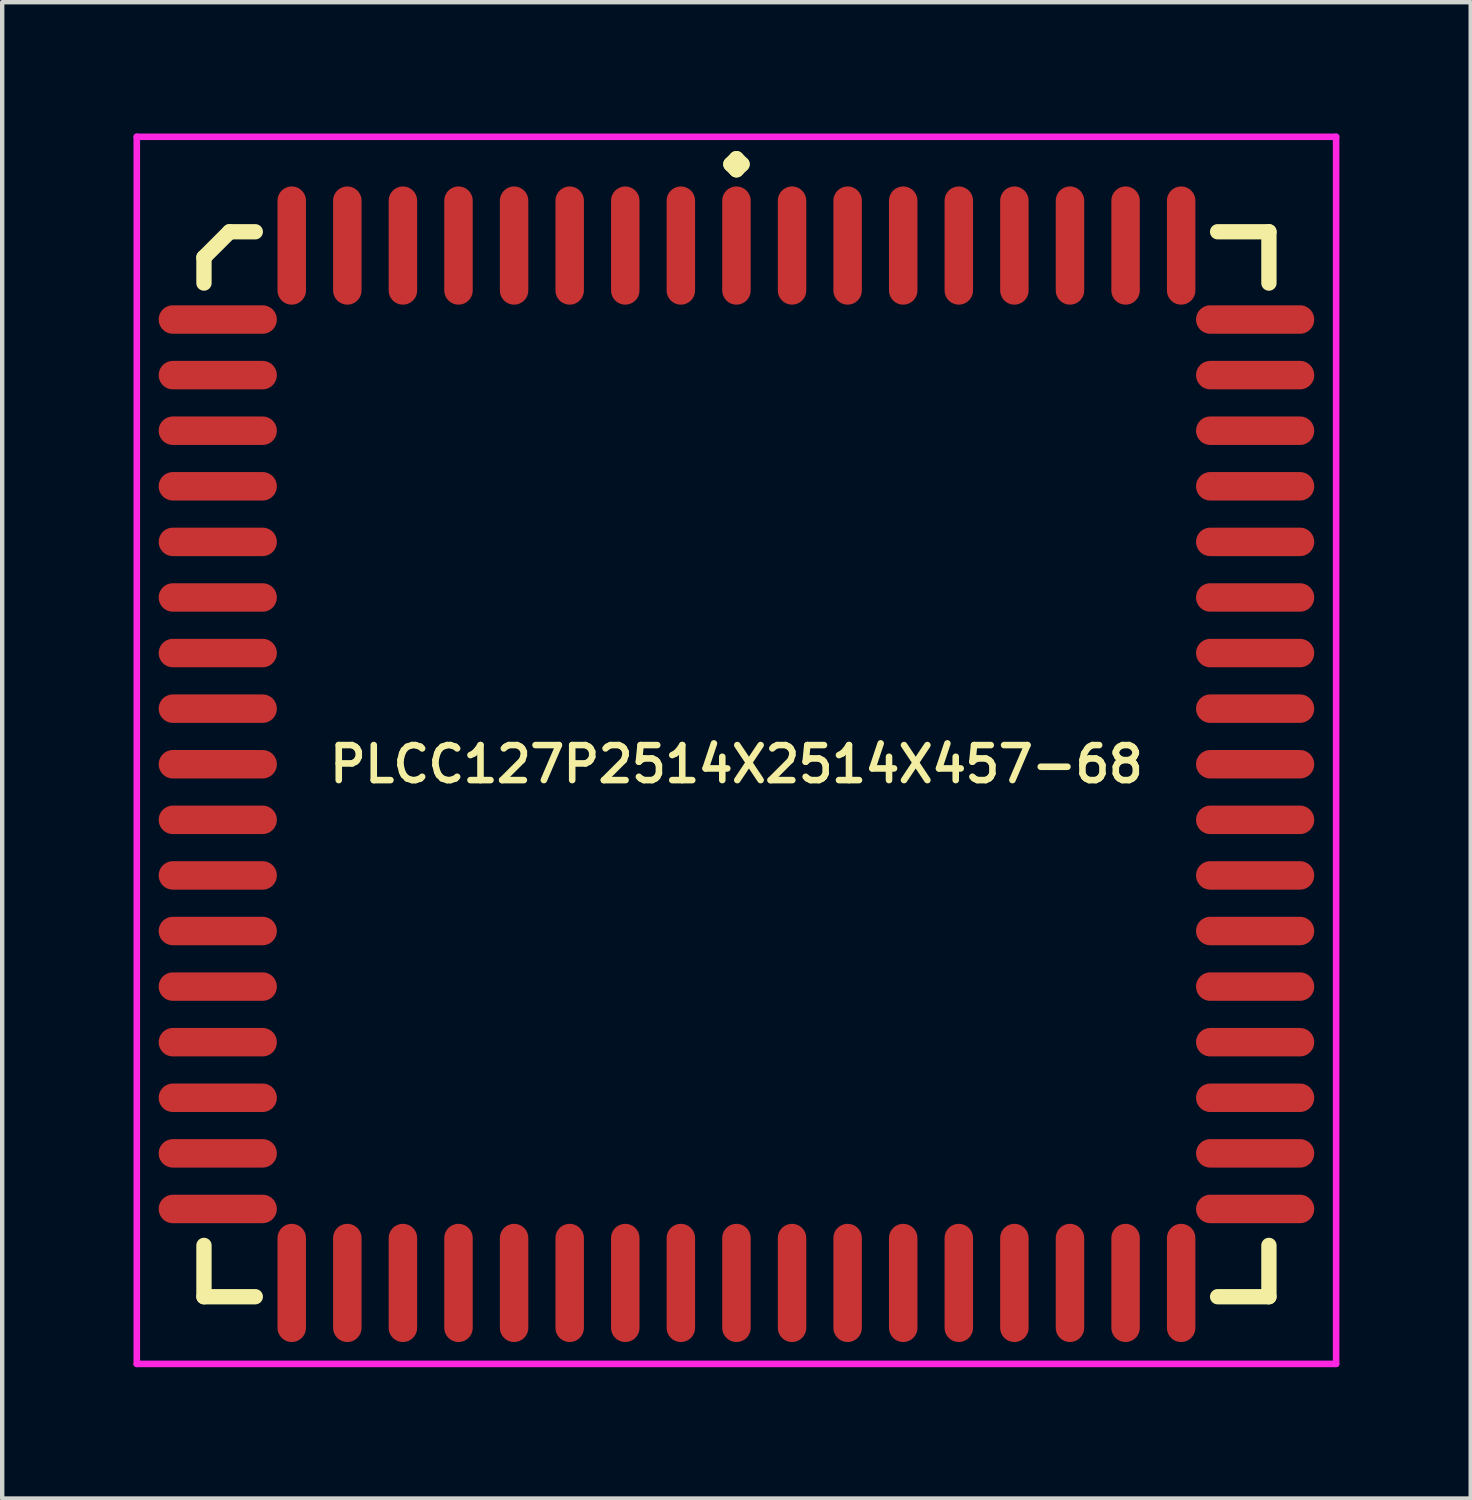
<source format=kicad_pcb>
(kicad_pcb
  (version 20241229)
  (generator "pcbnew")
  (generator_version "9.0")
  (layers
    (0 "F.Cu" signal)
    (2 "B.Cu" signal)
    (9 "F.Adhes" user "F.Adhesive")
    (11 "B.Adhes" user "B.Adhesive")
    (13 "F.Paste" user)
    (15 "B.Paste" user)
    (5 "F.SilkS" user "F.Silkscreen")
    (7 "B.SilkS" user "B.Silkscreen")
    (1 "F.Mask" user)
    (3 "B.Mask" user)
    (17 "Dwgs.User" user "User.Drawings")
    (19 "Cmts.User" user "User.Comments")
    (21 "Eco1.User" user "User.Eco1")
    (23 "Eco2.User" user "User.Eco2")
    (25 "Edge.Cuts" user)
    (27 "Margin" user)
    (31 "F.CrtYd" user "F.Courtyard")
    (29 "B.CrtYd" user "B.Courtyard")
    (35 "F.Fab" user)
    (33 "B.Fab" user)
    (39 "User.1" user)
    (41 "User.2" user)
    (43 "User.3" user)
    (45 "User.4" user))
  (footprint "PLCC127P2514X2514X457-68"
    (layer "F.Cu")
    (at 13.775 14.41)
    (property "Reference" "PLCC127P2514X2514X457-68" (at 0 0 0) (layer "F.SilkS") (effects (font (size 0.8 0.8) (thickness 0.15))))
    (attr smd)
    (fp_line (start -12.165 -11.579) (end -11.579 -12.165) (stroke (width 0.35) (type solid)) (layer "F.SilkS"))
    (fp_line (start -12.165 -10.993) (end -12.165 -11.579) (stroke (width 0.35) (type solid)) (layer "F.SilkS"))
    (fp_line (start -12.165 10.993) (end -12.165 12.165) (stroke (width 0.35) (type solid)) (layer "F.SilkS"))
    (fp_line (start -12.165 12.165) (end -10.993 12.165) (stroke (width 0.35) (type solid)) (layer "F.SilkS"))
    (fp_line (start -11.579 -12.165) (end -10.993 -12.165) (stroke (width 0.35) (type solid)) (layer "F.SilkS"))
    (fp_line (start -0.127 -13.708) (end 0 -13.835) (stroke (width 0.35) (type solid)) (layer "F.SilkS"))
    (fp_line (start 0 -13.835) (end 0.127 -13.708) (stroke (width 0.35) (type solid)) (layer "F.SilkS"))
    (fp_line (start 0 -13.581) (end -0.127 -13.708) (stroke (width 0.35) (type solid)) (layer "F.SilkS"))
    (fp_line (start 0.127 -13.708) (end 0 -13.581) (stroke (width 0.35) (type solid)) (layer "F.SilkS"))
    (fp_line (start 12.165 -12.165) (end 10.993 -12.165) (stroke (width 0.35) (type solid)) (layer "F.SilkS"))
    (fp_line (start 12.165 -10.993) (end 12.165 -12.165) (stroke (width 0.35) (type solid)) (layer "F.SilkS"))
    (fp_line (start 12.165 10.993) (end 12.165 12.165) (stroke (width 0.35) (type solid)) (layer "F.SilkS"))
    (fp_line (start 12.165 12.165) (end 10.993 12.165) (stroke (width 0.35) (type solid)) (layer "F.SilkS"))
    (fp_line (start -13.7 -14.335) (end 13.7 -14.335) (stroke (width 0.15) (type solid)) (layer "F.CrtYd"))
    (fp_line (start -13.7 13.7) (end -13.7 -14.335) (stroke (width 0.15) (type solid)) (layer "F.CrtYd"))
    (fp_line (start 13.7 -14.335) (end 13.7 13.7) (stroke (width 0.15) (type solid)) (layer "F.CrtYd"))
    (fp_line (start 13.7 13.7) (end -13.7 13.7) (stroke (width 0.15) (type solid)) (layer "F.CrtYd"))
    (pad "1" smd oval (at 0 -11.85) (size 0.65 2.7) (layers "F.Cu" "F.Mask" "F.Paste"))
    (pad "2" smd oval (at -1.27 -11.85) (size 0.65 2.7) (layers "F.Cu" "F.Mask" "F.Paste"))
    (pad "3" smd oval (at -2.54 -11.85) (size 0.65 2.7) (layers "F.Cu" "F.Mask" "F.Paste"))
    (pad "4" smd oval (at -3.81 -11.85) (size 0.65 2.7) (layers "F.Cu" "F.Mask" "F.Paste"))
    (pad "5" smd oval (at -5.08 -11.85) (size 0.65 2.7) (layers "F.Cu" "F.Mask" "F.Paste"))
    (pad "6" smd oval (at -6.35 -11.85) (size 0.65 2.7) (layers "F.Cu" "F.Mask" "F.Paste"))
    (pad "7" smd oval (at -7.62 -11.85) (size 0.65 2.7) (layers "F.Cu" "F.Mask" "F.Paste"))
    (pad "8" smd oval (at -8.89 -11.85) (size 0.65 2.7) (layers "F.Cu" "F.Mask" "F.Paste"))
    (pad "9" smd oval (at -10.16 -11.85) (size 0.65 2.7) (layers "F.Cu" "F.Mask" "F.Paste"))
    (pad "10" smd oval (at -11.85 -10.16) (size 2.7 0.65) (layers "F.Cu" "F.Mask" "F.Paste"))
    (pad "11" smd oval (at -11.85 -8.89) (size 2.7 0.65) (layers "F.Cu" "F.Mask" "F.Paste"))
    (pad "12" smd oval (at -11.85 -7.62) (size 2.7 0.65) (layers "F.Cu" "F.Mask" "F.Paste"))
    (pad "13" smd oval (at -11.85 -6.35) (size 2.7 0.65) (layers "F.Cu" "F.Mask" "F.Paste"))
    (pad "14" smd oval (at -11.85 -5.08) (size 2.7 0.65) (layers "F.Cu" "F.Mask" "F.Paste"))
    (pad "15" smd oval (at -11.85 -3.81) (size 2.7 0.65) (layers "F.Cu" "F.Mask" "F.Paste"))
    (pad "16" smd oval (at -11.85 -2.54) (size 2.7 0.65) (layers "F.Cu" "F.Mask" "F.Paste"))
    (pad "17" smd oval (at -11.85 -1.27) (size 2.7 0.65) (layers "F.Cu" "F.Mask" "F.Paste"))
    (pad "18" smd oval (at -11.85 0) (size 2.7 0.65) (layers "F.Cu" "F.Mask" "F.Paste"))
    (pad "19" smd oval (at -11.85 1.27) (size 2.7 0.65) (layers "F.Cu" "F.Mask" "F.Paste"))
    (pad "20" smd oval (at -11.85 2.54) (size 2.7 0.65) (layers "F.Cu" "F.Mask" "F.Paste"))
    (pad "21" smd oval (at -11.85 3.81) (size 2.7 0.65) (layers "F.Cu" "F.Mask" "F.Paste"))
    (pad "22" smd oval (at -11.85 5.08) (size 2.7 0.65) (layers "F.Cu" "F.Mask" "F.Paste"))
    (pad "23" smd oval (at -11.85 6.35) (size 2.7 0.65) (layers "F.Cu" "F.Mask" "F.Paste"))
    (pad "24" smd oval (at -11.85 7.62) (size 2.7 0.65) (layers "F.Cu" "F.Mask" "F.Paste"))
    (pad "25" smd oval (at -11.85 8.89) (size 2.7 0.65) (layers "F.Cu" "F.Mask" "F.Paste"))
    (pad "26" smd oval (at -11.85 10.16) (size 2.7 0.65) (layers "F.Cu" "F.Mask" "F.Paste"))
    (pad "27" smd oval (at -10.16 11.85) (size 0.65 2.7) (layers "F.Cu" "F.Mask" "F.Paste"))
    (pad "28" smd oval (at -8.89 11.85) (size 0.65 2.7) (layers "F.Cu" "F.Mask" "F.Paste"))
    (pad "29" smd oval (at -7.62 11.85) (size 0.65 2.7) (layers "F.Cu" "F.Mask" "F.Paste"))
    (pad "30" smd oval (at -6.35 11.85) (size 0.65 2.7) (layers "F.Cu" "F.Mask" "F.Paste"))
    (pad "31" smd oval (at -5.08 11.85) (size 0.65 2.7) (layers "F.Cu" "F.Mask" "F.Paste"))
    (pad "32" smd oval (at -3.81 11.85) (size 0.65 2.7) (layers "F.Cu" "F.Mask" "F.Paste"))
    (pad "33" smd oval (at -2.54 11.85) (size 0.65 2.7) (layers "F.Cu" "F.Mask" "F.Paste"))
    (pad "34" smd oval (at -1.27 11.85) (size 0.65 2.7) (layers "F.Cu" "F.Mask" "F.Paste"))
    (pad "35" smd oval (at 0 11.85) (size 0.65 2.7) (layers "F.Cu" "F.Mask" "F.Paste"))
    (pad "36" smd oval (at 1.27 11.85) (size 0.65 2.7) (layers "F.Cu" "F.Mask" "F.Paste"))
    (pad "37" smd oval (at 2.54 11.85) (size 0.65 2.7) (layers "F.Cu" "F.Mask" "F.Paste"))
    (pad "38" smd oval (at 3.81 11.85) (size 0.65 2.7) (layers "F.Cu" "F.Mask" "F.Paste"))
    (pad "39" smd oval (at 5.08 11.85) (size 0.65 2.7) (layers "F.Cu" "F.Mask" "F.Paste"))
    (pad "40" smd oval (at 6.35 11.85) (size 0.65 2.7) (layers "F.Cu" "F.Mask" "F.Paste"))
    (pad "41" smd oval (at 7.62 11.85) (size 0.65 2.7) (layers "F.Cu" "F.Mask" "F.Paste"))
    (pad "42" smd oval (at 8.89 11.85) (size 0.65 2.7) (layers "F.Cu" "F.Mask" "F.Paste"))
    (pad "43" smd oval (at 10.16 11.85) (size 0.65 2.7) (layers "F.Cu" "F.Mask" "F.Paste"))
    (pad "44" smd oval (at 11.85 10.16) (size 2.7 0.65) (layers "F.Cu" "F.Mask" "F.Paste"))
    (pad "45" smd oval (at 11.85 8.89) (size 2.7 0.65) (layers "F.Cu" "F.Mask" "F.Paste"))
    (pad "46" smd oval (at 11.85 7.62) (size 2.7 0.65) (layers "F.Cu" "F.Mask" "F.Paste"))
    (pad "47" smd oval (at 11.85 6.35) (size 2.7 0.65) (layers "F.Cu" "F.Mask" "F.Paste"))
    (pad "48" smd oval (at 11.85 5.08) (size 2.7 0.65) (layers "F.Cu" "F.Mask" "F.Paste"))
    (pad "49" smd oval (at 11.85 3.81) (size 2.7 0.65) (layers "F.Cu" "F.Mask" "F.Paste"))
    (pad "50" smd oval (at 11.85 2.54) (size 2.7 0.65) (layers "F.Cu" "F.Mask" "F.Paste"))
    (pad "51" smd oval (at 11.85 1.27) (size 2.7 0.65) (layers "F.Cu" "F.Mask" "F.Paste"))
    (pad "52" smd oval (at 11.85 0) (size 2.7 0.65) (layers "F.Cu" "F.Mask" "F.Paste"))
    (pad "53" smd oval (at 11.85 -1.27) (size 2.7 0.65) (layers "F.Cu" "F.Mask" "F.Paste"))
    (pad "54" smd oval (at 11.85 -2.54) (size 2.7 0.65) (layers "F.Cu" "F.Mask" "F.Paste"))
    (pad "55" smd oval (at 11.85 -3.81) (size 2.7 0.65) (layers "F.Cu" "F.Mask" "F.Paste"))
    (pad "56" smd oval (at 11.85 -5.08) (size 2.7 0.65) (layers "F.Cu" "F.Mask" "F.Paste"))
    (pad "57" smd oval (at 11.85 -6.35) (size 2.7 0.65) (layers "F.Cu" "F.Mask" "F.Paste"))
    (pad "58" smd oval (at 11.85 -7.62) (size 2.7 0.65) (layers "F.Cu" "F.Mask" "F.Paste"))
    (pad "59" smd oval (at 11.85 -8.89) (size 2.7 0.65) (layers "F.Cu" "F.Mask" "F.Paste"))
    (pad "60" smd oval (at 11.85 -10.16) (size 2.7 0.65) (layers "F.Cu" "F.Mask" "F.Paste"))
    (pad "61" smd oval (at 10.16 -11.85) (size 0.65 2.7) (layers "F.Cu" "F.Mask" "F.Paste"))
    (pad "62" smd oval (at 8.89 -11.85) (size 0.65 2.7) (layers "F.Cu" "F.Mask" "F.Paste"))
    (pad "63" smd oval (at 7.62 -11.85) (size 0.65 2.7) (layers "F.Cu" "F.Mask" "F.Paste"))
    (pad "64" smd oval (at 6.35 -11.85) (size 0.65 2.7) (layers "F.Cu" "F.Mask" "F.Paste"))
    (pad "65" smd oval (at 5.08 -11.85) (size 0.65 2.7) (layers "F.Cu" "F.Mask" "F.Paste"))
    (pad "66" smd oval (at 3.81 -11.85) (size 0.65 2.7) (layers "F.Cu" "F.Mask" "F.Paste"))
    (pad "67" smd oval (at 2.54 -11.85) (size 0.65 2.7) (layers "F.Cu" "F.Mask" "F.Paste"))
    (pad "68" smd oval (at 1.27 -11.85) (size 0.65 2.7) (layers "F.Cu" "F.Mask" "F.Paste")))
  (gr_rect
    (start -3 -3)
    (end 30.55 31.185)
    (stroke (width 0.1) (type default))
    (fill no)
    (layer "Edge.Cuts")))
</source>
